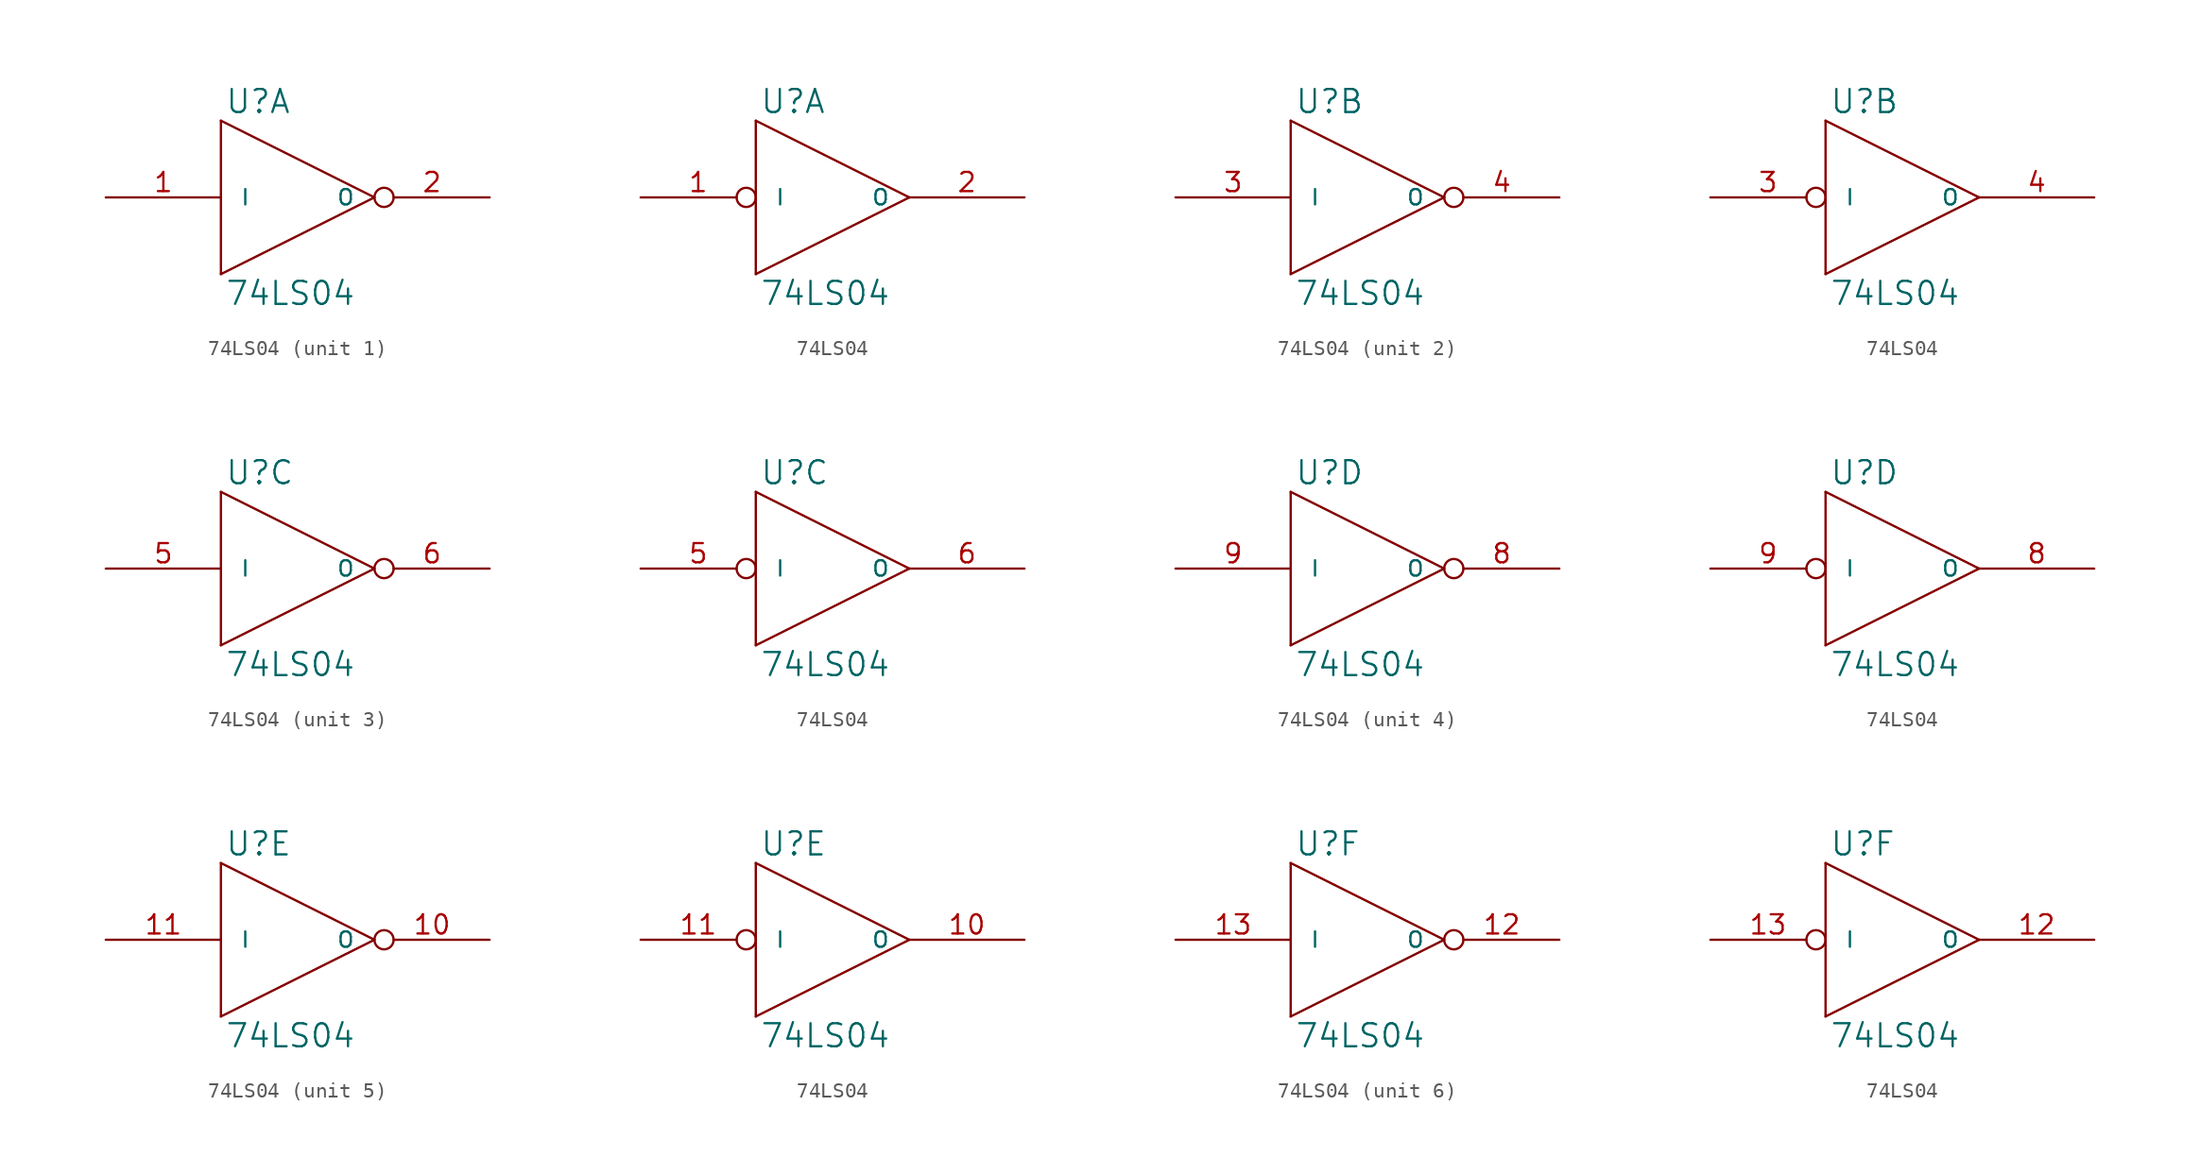
<source format=kicad_sym>
(kicad_symbol_lib
  (version 20231120)
  (generator "kicad_symbol_editor")
  (generator_version "8.0")
  (symbol "74LS04"
    (pin_names
      (offset 1.27))
    (property "Reference" "U"
      (at 0.254 0.381 0)
      (effects (font (size 1.524 1.524)) (justify left bottom)))
    (property "Value" "74LS04"
      (at 0.254 -10.541 0)
      (effects (font (size 1.524 1.524)) (justify left top)))
    (symbol "74LS04_0_1"
      (polyline (pts (xy 0 -10.16) (xy 0 0)) (stroke (width 0) (type solid)) (fill (type none)))
      (polyline (pts (xy 0 0) (xy 10.16 -5.08)) (stroke (width 0) (type solid)) (fill (type none)))
      (polyline (pts (xy 10.16 -5.08) (xy 0 -10.16)) (stroke (width 0) (type solid)) (fill (type none))))
    (symbol "74LS04_0_2"
      (polyline (pts (xy 0 -10.16) (xy 0 0)) (stroke (width 0) (type solid)) (fill (type none)))
      (polyline (pts (xy 0 0) (xy 10.16 -5.08)) (stroke (width 0) (type solid)) (fill (type none)))
      (polyline (pts (xy 10.16 -5.08) (xy 0 -10.16)) (stroke (width 0) (type solid)) (fill (type none))))
    (symbol "74LS04_1_1"
      (pin input line (at -7.62 -5.08 0) (length 7.62) (name "I" (effects (font (size 1.016 1.016)))) (number "1" (effects (font (size 1.27 1.27)))))
      (pin power_in line (at 0 0 270) (length 0) hide (name "VCC" (effects (font (size 1.016 1.016)))) (number "14" (effects (font (size 1.27 1.27)))))
      (pin output inverted (at 17.78 -5.08 180) (length 7.62) (name "O" (effects (font (size 1.016 1.016)))) (number "2" (effects (font (size 1.27 1.27)))))
      (pin power_in line (at 0 -10.16 90) (length 0) hide (name "GND" (effects (font (size 1.016 1.016)))) (number "7" (effects (font (size 1.27 1.27))))))
    (symbol "74LS04_1_2"
      (pin input inverted (at -7.62 -5.08 0) (length 7.62) (name "I" (effects (font (size 1.016 1.016)))) (number "1" (effects (font (size 1.27 1.27)))))
      (pin power_in line (at 0 0 270) (length 0) hide (name "VCC" (effects (font (size 1.016 1.016)))) (number "14" (effects (font (size 1.27 1.27)))))
      (pin output line (at 17.78 -5.08 180) (length 7.62) (name "O" (effects (font (size 1.016 1.016)))) (number "2" (effects (font (size 1.27 1.27)))))
      (pin power_in line (at 0 -10.16 90) (length 0) hide (name "GND" (effects (font (size 1.016 1.016)))) (number "7" (effects (font (size 1.27 1.27))))))
    (symbol "74LS04_2_1"
      (pin power_in line (at 0 0 270) (length 0) hide (name "VCC" (effects (font (size 1.016 1.016)))) (number "14" (effects (font (size 1.27 1.27)))))
      (pin input line (at -7.62 -5.08 0) (length 7.62) (name "I" (effects (font (size 1.016 1.016)))) (number "3" (effects (font (size 1.27 1.27)))))
      (pin output inverted (at 17.78 -5.08 180) (length 7.62) (name "O" (effects (font (size 1.016 1.016)))) (number "4" (effects (font (size 1.27 1.27)))))
      (pin power_in line (at 0 -10.16 90) (length 0) hide (name "GND" (effects (font (size 1.016 1.016)))) (number "7" (effects (font (size 1.27 1.27))))))
    (symbol "74LS04_2_2"
      (pin power_in line (at 0 0 270) (length 0) hide (name "VCC" (effects (font (size 1.016 1.016)))) (number "14" (effects (font (size 1.27 1.27)))))
      (pin input inverted (at -7.62 -5.08 0) (length 7.62) (name "I" (effects (font (size 1.016 1.016)))) (number "3" (effects (font (size 1.27 1.27)))))
      (pin output line (at 17.78 -5.08 180) (length 7.62) (name "O" (effects (font (size 1.016 1.016)))) (number "4" (effects (font (size 1.27 1.27)))))
      (pin power_in line (at 0 -10.16 90) (length 0) hide (name "GND" (effects (font (size 1.016 1.016)))) (number "7" (effects (font (size 1.27 1.27))))))
    (symbol "74LS04_3_1"
      (pin power_in line (at 0 0 270) (length 0) hide (name "VCC" (effects (font (size 1.016 1.016)))) (number "14" (effects (font (size 1.27 1.27)))))
      (pin input line (at -7.62 -5.08 0) (length 7.62) (name "I" (effects (font (size 1.016 1.016)))) (number "5" (effects (font (size 1.27 1.27)))))
      (pin output inverted (at 17.78 -5.08 180) (length 7.62) (name "O" (effects (font (size 1.016 1.016)))) (number "6" (effects (font (size 1.27 1.27)))))
      (pin power_in line (at 0 -10.16 90) (length 0) hide (name "GND" (effects (font (size 1.016 1.016)))) (number "7" (effects (font (size 1.27 1.27))))))
    (symbol "74LS04_3_2"
      (pin power_in line (at 0 0 270) (length 0) hide (name "VCC" (effects (font (size 1.016 1.016)))) (number "14" (effects (font (size 1.27 1.27)))))
      (pin input inverted (at -7.62 -5.08 0) (length 7.62) (name "I" (effects (font (size 1.016 1.016)))) (number "5" (effects (font (size 1.27 1.27)))))
      (pin output line (at 17.78 -5.08 180) (length 7.62) (name "O" (effects (font (size 1.016 1.016)))) (number "6" (effects (font (size 1.27 1.27)))))
      (pin power_in line (at 0 -10.16 90) (length 0) hide (name "GND" (effects (font (size 1.016 1.016)))) (number "7" (effects (font (size 1.27 1.27))))))
    (symbol "74LS04_4_1"
      (pin power_in line (at 0 0 270) (length 0) hide (name "VCC" (effects (font (size 1.016 1.016)))) (number "14" (effects (font (size 1.27 1.27)))))
      (pin power_in line (at 0 -10.16 90) (length 0) hide (name "GND" (effects (font (size 1.016 1.016)))) (number "7" (effects (font (size 1.27 1.27)))))
      (pin output inverted (at 17.78 -5.08 180) (length 7.62) (name "O" (effects (font (size 1.016 1.016)))) (number "8" (effects (font (size 1.27 1.27)))))
      (pin input line (at -7.62 -5.08 0) (length 7.62) (name "I" (effects (font (size 1.016 1.016)))) (number "9" (effects (font (size 1.27 1.27))))))
    (symbol "74LS04_4_2"
      (pin power_in line (at 0 0 270) (length 0) hide (name "VCC" (effects (font (size 1.016 1.016)))) (number "14" (effects (font (size 1.27 1.27)))))
      (pin power_in line (at 0 -10.16 90) (length 0) hide (name "GND" (effects (font (size 1.016 1.016)))) (number "7" (effects (font (size 1.27 1.27)))))
      (pin output line (at 17.78 -5.08 180) (length 7.62) (name "O" (effects (font (size 1.016 1.016)))) (number "8" (effects (font (size 1.27 1.27)))))
      (pin input inverted (at -7.62 -5.08 0) (length 7.62) (name "I" (effects (font (size 1.016 1.016)))) (number "9" (effects (font (size 1.27 1.27))))))
    (symbol "74LS04_5_1"
      (pin output inverted (at 17.78 -5.08 180) (length 7.62) (name "O" (effects (font (size 1.016 1.016)))) (number "10" (effects (font (size 1.27 1.27)))))
      (pin input line (at -7.62 -5.08 0) (length 7.62) (name "I" (effects (font (size 1.016 1.016)))) (number "11" (effects (font (size 1.27 1.27)))))
      (pin power_in line (at 0 0 270) (length 0) hide (name "VCC" (effects (font (size 1.016 1.016)))) (number "14" (effects (font (size 1.27 1.27)))))
      (pin power_in line (at 0 -10.16 90) (length 0) hide (name "GND" (effects (font (size 1.016 1.016)))) (number "7" (effects (font (size 1.27 1.27))))))
    (symbol "74LS04_5_2"
      (pin output line (at 17.78 -5.08 180) (length 7.62) (name "O" (effects (font (size 1.016 1.016)))) (number "10" (effects (font (size 1.27 1.27)))))
      (pin input inverted (at -7.62 -5.08 0) (length 7.62) (name "I" (effects (font (size 1.016 1.016)))) (number "11" (effects (font (size 1.27 1.27)))))
      (pin power_in line (at 0 0 270) (length 0) hide (name "VCC" (effects (font (size 1.016 1.016)))) (number "14" (effects (font (size 1.27 1.27)))))
      (pin power_in line (at 0 -10.16 90) (length 0) hide (name "GND" (effects (font (size 1.016 1.016)))) (number "7" (effects (font (size 1.27 1.27))))))
    (symbol "74LS04_6_1"
      (pin output inverted (at 17.78 -5.08 180) (length 7.62) (name "O" (effects (font (size 1.016 1.016)))) (number "12" (effects (font (size 1.27 1.27)))))
      (pin input line (at -7.62 -5.08 0) (length 7.62) (name "I" (effects (font (size 1.016 1.016)))) (number "13" (effects (font (size 1.27 1.27)))))
      (pin power_in line (at 0 0 270) (length 0) hide (name "VCC" (effects (font (size 1.016 1.016)))) (number "14" (effects (font (size 1.27 1.27)))))
      (pin power_in line (at 0 -10.16 90) (length 0) hide (name "GND" (effects (font (size 1.016 1.016)))) (number "7" (effects (font (size 1.27 1.27))))))
    (symbol "74LS04_6_2"
      (pin output line (at 17.78 -5.08 180) (length 7.62) (name "O" (effects (font (size 1.016 1.016)))) (number "12" (effects (font (size 1.27 1.27)))))
      (pin input inverted (at -7.62 -5.08 0) (length 7.62) (name "I" (effects (font (size 1.016 1.016)))) (number "13" (effects (font (size 1.27 1.27)))))
      (pin power_in line (at 0 0 270) (length 0) hide (name "VCC" (effects (font (size 1.016 1.016)))) (number "14" (effects (font (size 1.27 1.27)))))
      (pin power_in line (at 0 -10.16 90) (length 0) hide (name "GND" (effects (font (size 1.016 1.016)))) (number "7" (effects (font (size 1.27 1.27))))))))
</source>
